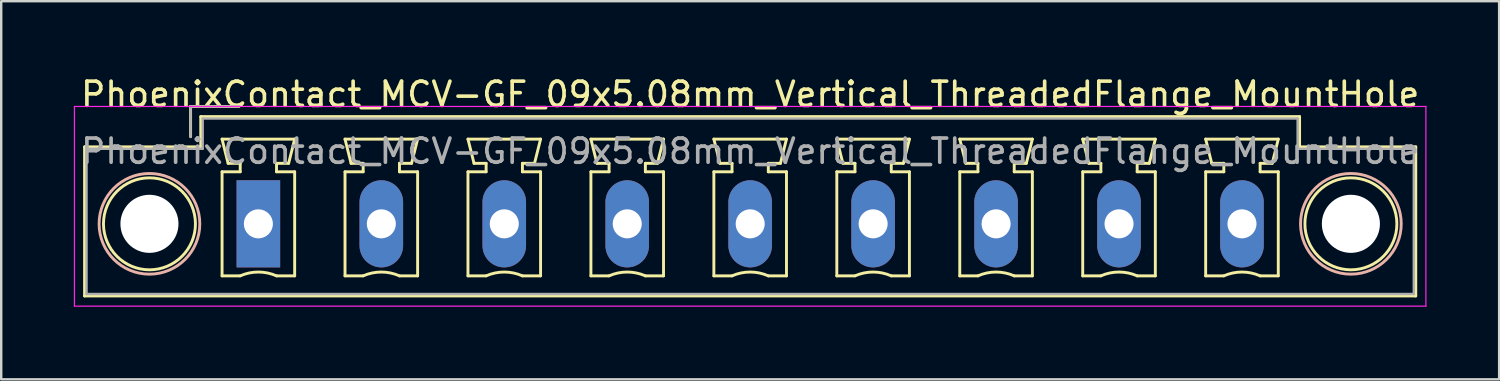
<source format=kicad_pcb>
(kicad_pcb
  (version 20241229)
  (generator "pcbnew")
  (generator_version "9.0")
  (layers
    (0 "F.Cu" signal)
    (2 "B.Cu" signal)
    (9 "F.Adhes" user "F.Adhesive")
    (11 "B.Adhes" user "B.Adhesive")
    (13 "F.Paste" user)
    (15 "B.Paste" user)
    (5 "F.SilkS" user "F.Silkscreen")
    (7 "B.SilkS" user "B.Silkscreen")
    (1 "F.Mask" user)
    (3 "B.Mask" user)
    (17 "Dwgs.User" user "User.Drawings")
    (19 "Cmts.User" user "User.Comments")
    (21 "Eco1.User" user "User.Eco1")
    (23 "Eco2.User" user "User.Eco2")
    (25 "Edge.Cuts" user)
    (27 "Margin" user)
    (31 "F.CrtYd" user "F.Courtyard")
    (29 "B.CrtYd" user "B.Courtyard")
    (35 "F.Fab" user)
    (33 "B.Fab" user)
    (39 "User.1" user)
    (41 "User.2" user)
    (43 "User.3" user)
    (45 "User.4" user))
  (footprint "PhoenixContact_MCV-GF_09x5.08mm_Vertical_ThreadedFlange_MountHole"
    (layer "F.Cu")
    (at 7.625 6.198)
    (property "Reference" "PhoenixContact_MCV-GF_09x5.08mm_Vertical_ThreadedFlange_MountHole" (at 20.32 -5.35 0) (layer "F.SilkS") (effects (font (size 1 1) (thickness 0.15))))
    (attr through_hole)
    (fp_line (start -7.18 -3.18) (end -7.18 2.98) (stroke (width 0.12) (type solid)) (layer "F.SilkS"))
    (fp_line (start -7.18 2.98) (end 47.82 2.98) (stroke (width 0.12) (type solid)) (layer "F.SilkS"))
    (fp_line (start -2.8 -4.85) (end -0.8 -4.85) (stroke (width 0.12) (type solid)) (layer "F.SilkS"))
    (fp_line (start -2.8 -3.6) (end -2.8 -4.85) (stroke (width 0.12) (type solid)) (layer "F.SilkS"))
    (fp_line (start -2.38 -4.43) (end -2.38 -3.18) (stroke (width 0.12) (type solid)) (layer "F.SilkS"))
    (fp_line (start -2.38 -3.18) (end -7.18 -3.18) (stroke (width 0.12) (type solid)) (layer "F.SilkS"))
    (fp_line (start -1.5 -3.5) (end 1.5 -3.5) (stroke (width 0.12) (type solid)) (layer "F.SilkS"))
    (fp_line (start -1.5 -2.15) (end -0.75 -2.15) (stroke (width 0.12) (type solid)) (layer "F.SilkS"))
    (fp_line (start -1.5 2.15) (end -1.5 -2.15) (stroke (width 0.12) (type solid)) (layer "F.SilkS"))
    (fp_line (start -1.25 -2.5) (end -1.5 -3.5) (stroke (width 0.12) (type solid)) (layer "F.SilkS"))
    (fp_line (start -0.75 -2.5) (end -1.25 -2.5) (stroke (width 0.12) (type solid)) (layer "F.SilkS"))
    (fp_line (start -0.75 -2.15) (end -0.75 -2.5) (stroke (width 0.12) (type solid)) (layer "F.SilkS"))
    (fp_line (start -0.75 2.15) (end -1.5 2.15) (stroke (width 0.12) (type solid)) (layer "F.SilkS"))
    (fp_line (start 0.75 -2.5) (end 0.75 -2.15) (stroke (width 0.12) (type solid)) (layer "F.SilkS"))
    (fp_line (start 0.75 -2.15) (end 1.5 -2.15) (stroke (width 0.12) (type solid)) (layer "F.SilkS"))
    (fp_line (start 1.25 -2.5) (end 0.75 -2.5) (stroke (width 0.12) (type solid)) (layer "F.SilkS"))
    (fp_line (start 1.5 -3.5) (end 1.25 -2.5) (stroke (width 0.12) (type solid)) (layer "F.SilkS"))
    (fp_line (start 1.5 -2.15) (end 1.5 2.15) (stroke (width 0.12) (type solid)) (layer "F.SilkS"))
    (fp_line (start 1.5 2.15) (end 0.75 2.15) (stroke (width 0.12) (type solid)) (layer "F.SilkS"))
    (fp_line (start 3.58 -3.5) (end 6.58 -3.5) (stroke (width 0.12) (type solid)) (layer "F.SilkS"))
    (fp_line (start 3.58 -2.15) (end 4.33 -2.15) (stroke (width 0.12) (type solid)) (layer "F.SilkS"))
    (fp_line (start 3.58 2.15) (end 3.58 -2.15) (stroke (width 0.12) (type solid)) (layer "F.SilkS"))
    (fp_line (start 3.83 -2.5) (end 3.58 -3.5) (stroke (width 0.12) (type solid)) (layer "F.SilkS"))
    (fp_line (start 4.33 -2.5) (end 3.83 -2.5) (stroke (width 0.12) (type solid)) (layer "F.SilkS"))
    (fp_line (start 4.33 -2.15) (end 4.33 -2.5) (stroke (width 0.12) (type solid)) (layer "F.SilkS"))
    (fp_line (start 4.33 2.15) (end 3.58 2.15) (stroke (width 0.12) (type solid)) (layer "F.SilkS"))
    (fp_line (start 5.83 -2.5) (end 5.83 -2.15) (stroke (width 0.12) (type solid)) (layer "F.SilkS"))
    (fp_line (start 5.83 -2.15) (end 6.58 -2.15) (stroke (width 0.12) (type solid)) (layer "F.SilkS"))
    (fp_line (start 6.33 -2.5) (end 5.83 -2.5) (stroke (width 0.12) (type solid)) (layer "F.SilkS"))
    (fp_line (start 6.58 -3.5) (end 6.33 -2.5) (stroke (width 0.12) (type solid)) (layer "F.SilkS"))
    (fp_line (start 6.58 -2.15) (end 6.58 2.15) (stroke (width 0.12) (type solid)) (layer "F.SilkS"))
    (fp_line (start 6.58 2.15) (end 5.83 2.15) (stroke (width 0.12) (type solid)) (layer "F.SilkS"))
    (fp_line (start 8.66 -3.5) (end 11.66 -3.5) (stroke (width 0.12) (type solid)) (layer "F.SilkS"))
    (fp_line (start 8.66 -2.15) (end 9.41 -2.15) (stroke (width 0.12) (type solid)) (layer "F.SilkS"))
    (fp_line (start 8.66 2.15) (end 8.66 -2.15) (stroke (width 0.12) (type solid)) (layer "F.SilkS"))
    (fp_line (start 8.91 -2.5) (end 8.66 -3.5) (stroke (width 0.12) (type solid)) (layer "F.SilkS"))
    (fp_line (start 9.41 -2.5) (end 8.91 -2.5) (stroke (width 0.12) (type solid)) (layer "F.SilkS"))
    (fp_line (start 9.41 -2.15) (end 9.41 -2.5) (stroke (width 0.12) (type solid)) (layer "F.SilkS"))
    (fp_line (start 9.41 2.15) (end 8.66 2.15) (stroke (width 0.12) (type solid)) (layer "F.SilkS"))
    (fp_line (start 10.91 -2.5) (end 10.91 -2.15) (stroke (width 0.12) (type solid)) (layer "F.SilkS"))
    (fp_line (start 10.91 -2.15) (end 11.66 -2.15) (stroke (width 0.12) (type solid)) (layer "F.SilkS"))
    (fp_line (start 11.41 -2.5) (end 10.91 -2.5) (stroke (width 0.12) (type solid)) (layer "F.SilkS"))
    (fp_line (start 11.66 -3.5) (end 11.41 -2.5) (stroke (width 0.12) (type solid)) (layer "F.SilkS"))
    (fp_line (start 11.66 -2.15) (end 11.66 2.15) (stroke (width 0.12) (type solid)) (layer "F.SilkS"))
    (fp_line (start 11.66 2.15) (end 10.91 2.15) (stroke (width 0.12) (type solid)) (layer "F.SilkS"))
    (fp_line (start 13.74 -3.5) (end 16.74 -3.5) (stroke (width 0.12) (type solid)) (layer "F.SilkS"))
    (fp_line (start 13.74 -2.15) (end 14.49 -2.15) (stroke (width 0.12) (type solid)) (layer "F.SilkS"))
    (fp_line (start 13.74 2.15) (end 13.74 -2.15) (stroke (width 0.12) (type solid)) (layer "F.SilkS"))
    (fp_line (start 13.99 -2.5) (end 13.74 -3.5) (stroke (width 0.12) (type solid)) (layer "F.SilkS"))
    (fp_line (start 14.49 -2.5) (end 13.99 -2.5) (stroke (width 0.12) (type solid)) (layer "F.SilkS"))
    (fp_line (start 14.49 -2.15) (end 14.49 -2.5) (stroke (width 0.12) (type solid)) (layer "F.SilkS"))
    (fp_line (start 14.49 2.15) (end 13.74 2.15) (stroke (width 0.12) (type solid)) (layer "F.SilkS"))
    (fp_line (start 15.99 -2.5) (end 15.99 -2.15) (stroke (width 0.12) (type solid)) (layer "F.SilkS"))
    (fp_line (start 15.99 -2.15) (end 16.74 -2.15) (stroke (width 0.12) (type solid)) (layer "F.SilkS"))
    (fp_line (start 16.49 -2.5) (end 15.99 -2.5) (stroke (width 0.12) (type solid)) (layer "F.SilkS"))
    (fp_line (start 16.74 -3.5) (end 16.49 -2.5) (stroke (width 0.12) (type solid)) (layer "F.SilkS"))
    (fp_line (start 16.74 -2.15) (end 16.74 2.15) (stroke (width 0.12) (type solid)) (layer "F.SilkS"))
    (fp_line (start 16.74 2.15) (end 15.99 2.15) (stroke (width 0.12) (type solid)) (layer "F.SilkS"))
    (fp_line (start 18.82 -3.5) (end 21.82 -3.5) (stroke (width 0.12) (type solid)) (layer "F.SilkS"))
    (fp_line (start 18.82 -2.15) (end 19.57 -2.15) (stroke (width 0.12) (type solid)) (layer "F.SilkS"))
    (fp_line (start 18.82 2.15) (end 18.82 -2.15) (stroke (width 0.12) (type solid)) (layer "F.SilkS"))
    (fp_line (start 19.07 -2.5) (end 18.82 -3.5) (stroke (width 0.12) (type solid)) (layer "F.SilkS"))
    (fp_line (start 19.57 -2.5) (end 19.07 -2.5) (stroke (width 0.12) (type solid)) (layer "F.SilkS"))
    (fp_line (start 19.57 -2.15) (end 19.57 -2.5) (stroke (width 0.12) (type solid)) (layer "F.SilkS"))
    (fp_line (start 19.57 2.15) (end 18.82 2.15) (stroke (width 0.12) (type solid)) (layer "F.SilkS"))
    (fp_line (start 21.07 -2.5) (end 21.07 -2.15) (stroke (width 0.12) (type solid)) (layer "F.SilkS"))
    (fp_line (start 21.07 -2.15) (end 21.82 -2.15) (stroke (width 0.12) (type solid)) (layer "F.SilkS"))
    (fp_line (start 21.57 -2.5) (end 21.07 -2.5) (stroke (width 0.12) (type solid)) (layer "F.SilkS"))
    (fp_line (start 21.82 -3.5) (end 21.57 -2.5) (stroke (width 0.12) (type solid)) (layer "F.SilkS"))
    (fp_line (start 21.82 -2.15) (end 21.82 2.15) (stroke (width 0.12) (type solid)) (layer "F.SilkS"))
    (fp_line (start 21.82 2.15) (end 21.07 2.15) (stroke (width 0.12) (type solid)) (layer "F.SilkS"))
    (fp_line (start 23.9 -3.5) (end 26.9 -3.5) (stroke (width 0.12) (type solid)) (layer "F.SilkS"))
    (fp_line (start 23.9 -2.15) (end 24.65 -2.15) (stroke (width 0.12) (type solid)) (layer "F.SilkS"))
    (fp_line (start 23.9 2.15) (end 23.9 -2.15) (stroke (width 0.12) (type solid)) (layer "F.SilkS"))
    (fp_line (start 24.15 -2.5) (end 23.9 -3.5) (stroke (width 0.12) (type solid)) (layer "F.SilkS"))
    (fp_line (start 24.65 -2.5) (end 24.15 -2.5) (stroke (width 0.12) (type solid)) (layer "F.SilkS"))
    (fp_line (start 24.65 -2.15) (end 24.65 -2.5) (stroke (width 0.12) (type solid)) (layer "F.SilkS"))
    (fp_line (start 24.65 2.15) (end 23.9 2.15) (stroke (width 0.12) (type solid)) (layer "F.SilkS"))
    (fp_line (start 26.15 -2.5) (end 26.15 -2.15) (stroke (width 0.12) (type solid)) (layer "F.SilkS"))
    (fp_line (start 26.15 -2.15) (end 26.9 -2.15) (stroke (width 0.12) (type solid)) (layer "F.SilkS"))
    (fp_line (start 26.65 -2.5) (end 26.15 -2.5) (stroke (width 0.12) (type solid)) (layer "F.SilkS"))
    (fp_line (start 26.9 -3.5) (end 26.65 -2.5) (stroke (width 0.12) (type solid)) (layer "F.SilkS"))
    (fp_line (start 26.9 -2.15) (end 26.9 2.15) (stroke (width 0.12) (type solid)) (layer "F.SilkS"))
    (fp_line (start 26.9 2.15) (end 26.15 2.15) (stroke (width 0.12) (type solid)) (layer "F.SilkS"))
    (fp_line (start 28.98 -3.5) (end 31.98 -3.5) (stroke (width 0.12) (type solid)) (layer "F.SilkS"))
    (fp_line (start 28.98 -2.15) (end 29.73 -2.15) (stroke (width 0.12) (type solid)) (layer "F.SilkS"))
    (fp_line (start 28.98 2.15) (end 28.98 -2.15) (stroke (width 0.12) (type solid)) (layer "F.SilkS"))
    (fp_line (start 29.23 -2.5) (end 28.98 -3.5) (stroke (width 0.12) (type solid)) (layer "F.SilkS"))
    (fp_line (start 29.73 -2.5) (end 29.23 -2.5) (stroke (width 0.12) (type solid)) (layer "F.SilkS"))
    (fp_line (start 29.73 -2.15) (end 29.73 -2.5) (stroke (width 0.12) (type solid)) (layer "F.SilkS"))
    (fp_line (start 29.73 2.15) (end 28.98 2.15) (stroke (width 0.12) (type solid)) (layer "F.SilkS"))
    (fp_line (start 31.23 -2.5) (end 31.23 -2.15) (stroke (width 0.12) (type solid)) (layer "F.SilkS"))
    (fp_line (start 31.23 -2.15) (end 31.98 -2.15) (stroke (width 0.12) (type solid)) (layer "F.SilkS"))
    (fp_line (start 31.73 -2.5) (end 31.23 -2.5) (stroke (width 0.12) (type solid)) (layer "F.SilkS"))
    (fp_line (start 31.98 -3.5) (end 31.73 -2.5) (stroke (width 0.12) (type solid)) (layer "F.SilkS"))
    (fp_line (start 31.98 -2.15) (end 31.98 2.15) (stroke (width 0.12) (type solid)) (layer "F.SilkS"))
    (fp_line (start 31.98 2.15) (end 31.23 2.15) (stroke (width 0.12) (type solid)) (layer "F.SilkS"))
    (fp_line (start 34.06 -3.5) (end 37.06 -3.5) (stroke (width 0.12) (type solid)) (layer "F.SilkS"))
    (fp_line (start 34.06 -2.15) (end 34.81 -2.15) (stroke (width 0.12) (type solid)) (layer "F.SilkS"))
    (fp_line (start 34.06 2.15) (end 34.06 -2.15) (stroke (width 0.12) (type solid)) (layer "F.SilkS"))
    (fp_line (start 34.31 -2.5) (end 34.06 -3.5) (stroke (width 0.12) (type solid)) (layer "F.SilkS"))
    (fp_line (start 34.81 -2.5) (end 34.31 -2.5) (stroke (width 0.12) (type solid)) (layer "F.SilkS"))
    (fp_line (start 34.81 -2.15) (end 34.81 -2.5) (stroke (width 0.12) (type solid)) (layer "F.SilkS"))
    (fp_line (start 34.81 2.15) (end 34.06 2.15) (stroke (width 0.12) (type solid)) (layer "F.SilkS"))
    (fp_line (start 36.31 -2.5) (end 36.31 -2.15) (stroke (width 0.12) (type solid)) (layer "F.SilkS"))
    (fp_line (start 36.31 -2.15) (end 37.06 -2.15) (stroke (width 0.12) (type solid)) (layer "F.SilkS"))
    (fp_line (start 36.81 -2.5) (end 36.31 -2.5) (stroke (width 0.12) (type solid)) (layer "F.SilkS"))
    (fp_line (start 37.06 -3.5) (end 36.81 -2.5) (stroke (width 0.12) (type solid)) (layer "F.SilkS"))
    (fp_line (start 37.06 -2.15) (end 37.06 2.15) (stroke (width 0.12) (type solid)) (layer "F.SilkS"))
    (fp_line (start 37.06 2.15) (end 36.31 2.15) (stroke (width 0.12) (type solid)) (layer "F.SilkS"))
    (fp_line (start 39.14 -3.5) (end 42.14 -3.5) (stroke (width 0.12) (type solid)) (layer "F.SilkS"))
    (fp_line (start 39.14 -2.15) (end 39.89 -2.15) (stroke (width 0.12) (type solid)) (layer "F.SilkS"))
    (fp_line (start 39.14 2.15) (end 39.14 -2.15) (stroke (width 0.12) (type solid)) (layer "F.SilkS"))
    (fp_line (start 39.39 -2.5) (end 39.14 -3.5) (stroke (width 0.12) (type solid)) (layer "F.SilkS"))
    (fp_line (start 39.89 -2.5) (end 39.39 -2.5) (stroke (width 0.12) (type solid)) (layer "F.SilkS"))
    (fp_line (start 39.89 -2.15) (end 39.89 -2.5) (stroke (width 0.12) (type solid)) (layer "F.SilkS"))
    (fp_line (start 39.89 2.15) (end 39.14 2.15) (stroke (width 0.12) (type solid)) (layer "F.SilkS"))
    (fp_line (start 41.39 -2.5) (end 41.39 -2.15) (stroke (width 0.12) (type solid)) (layer "F.SilkS"))
    (fp_line (start 41.39 -2.15) (end 42.14 -2.15) (stroke (width 0.12) (type solid)) (layer "F.SilkS"))
    (fp_line (start 41.89 -2.5) (end 41.39 -2.5) (stroke (width 0.12) (type solid)) (layer "F.SilkS"))
    (fp_line (start 42.14 -3.5) (end 41.89 -2.5) (stroke (width 0.12) (type solid)) (layer "F.SilkS"))
    (fp_line (start 42.14 -2.15) (end 42.14 2.15) (stroke (width 0.12) (type solid)) (layer "F.SilkS"))
    (fp_line (start 42.14 2.15) (end 41.39 2.15) (stroke (width 0.12) (type solid)) (layer "F.SilkS"))
    (fp_line (start 43.02 -4.43) (end -2.38 -4.43) (stroke (width 0.12) (type solid)) (layer "F.SilkS"))
    (fp_line (start 43.02 -3.18) (end 43.02 -4.43) (stroke (width 0.12) (type solid)) (layer "F.SilkS"))
    (fp_line (start 47.82 -3.18) (end 43.02 -3.18) (stroke (width 0.12) (type solid)) (layer "F.SilkS"))
    (fp_line (start 47.82 2.98) (end 47.82 -3.18) (stroke (width 0.12) (type solid)) (layer "F.SilkS"))
    (fp_arc (start -0.75 2.15) (mid -0.000193 1.99191) (end 0.749647 2.149844) (stroke (width 0.12) (type solid)) (layer "F.SilkS"))
    (fp_arc (start 4.33 2.15) (mid 5.079807 1.99191) (end 5.829647 2.149844) (stroke (width 0.12) (type solid)) (layer "F.SilkS"))
    (fp_arc (start 9.41 2.15) (mid 10.159807 1.99191) (end 10.909647 2.149844) (stroke (width 0.12) (type solid)) (layer "F.SilkS"))
    (fp_arc (start 14.49 2.15) (mid 15.239807 1.99191) (end 15.989647 2.149844) (stroke (width 0.12) (type solid)) (layer "F.SilkS"))
    (fp_arc (start 19.57 2.15) (mid 20.319807 1.99191) (end 21.069647 2.149844) (stroke (width 0.12) (type solid)) (layer "F.SilkS"))
    (fp_arc (start 24.65 2.15) (mid 25.399807 1.99191) (end 26.149647 2.149844) (stroke (width 0.12) (type solid)) (layer "F.SilkS"))
    (fp_arc (start 29.73 2.15) (mid 30.479807 1.99191) (end 31.229647 2.149844) (stroke (width 0.12) (type solid)) (layer "F.SilkS"))
    (fp_arc (start 34.81 2.15) (mid 35.559807 1.99191) (end 36.309647 2.149844) (stroke (width 0.12) (type solid)) (layer "F.SilkS"))
    (fp_arc (start 39.89 2.15) (mid 40.639807 1.99191) (end 41.389647 2.149844) (stroke (width 0.12) (type solid)) (layer "F.SilkS"))
    (fp_circle (center -4.5 0) (end -2.6 0) (stroke (width 0.12) (type solid)) (fill no) (layer "F.SilkS"))
    (fp_circle (center 45.14 0) (end 47.04 0) (stroke (width 0.12) (type solid)) (fill no) (layer "F.SilkS"))
    (fp_circle (center -4.5 0) (end -2.42 0) (stroke (width 0.12) (type solid)) (fill no) (layer "B.SilkS"))
    (fp_circle (center 45.14 0) (end 47.22 0) (stroke (width 0.12) (type solid)) (fill no) (layer "B.SilkS"))
    (fp_line (start -7.6 -4.85) (end -7.6 3.4) (stroke (width 0.05) (type solid)) (layer "F.CrtYd"))
    (fp_line (start -7.6 3.4) (end 48.24 3.4) (stroke (width 0.05) (type solid)) (layer "F.CrtYd"))
    (fp_line (start 48.24 -4.85) (end -7.6 -4.85) (stroke (width 0.05) (type solid)) (layer "F.CrtYd"))
    (fp_line (start 48.24 3.4) (end 48.24 -4.85) (stroke (width 0.05) (type solid)) (layer "F.CrtYd"))
    (fp_line (start -7.1 -3.1) (end -7.1 2.9) (stroke (width 0.1) (type solid)) (layer "F.Fab"))
    (fp_line (start -7.1 2.9) (end 47.74 2.9) (stroke (width 0.1) (type solid)) (layer "F.Fab"))
    (fp_line (start -2.8 -4.85) (end -0.8 -4.85) (stroke (width 0.1) (type solid)) (layer "F.Fab"))
    (fp_line (start -2.8 -3.6) (end -2.8 -4.85) (stroke (width 0.1) (type solid)) (layer "F.Fab"))
    (fp_line (start -2.3 -4.35) (end -2.3 -3.1) (stroke (width 0.1) (type solid)) (layer "F.Fab"))
    (fp_line (start -2.3 -3.1) (end -7.1 -3.1) (stroke (width 0.1) (type solid)) (layer "F.Fab"))
    (fp_line (start 42.94 -4.35) (end -2.3 -4.35) (stroke (width 0.1) (type solid)) (layer "F.Fab"))
    (fp_line (start 42.94 -3.1) (end 42.94 -4.35) (stroke (width 0.1) (type solid)) (layer "F.Fab"))
    (fp_line (start 47.74 -3.1) (end 42.94 -3.1) (stroke (width 0.1) (type solid)) (layer "F.Fab"))
    (fp_line (start 47.74 2.9) (end 47.74 -3.1) (stroke (width 0.1) (type solid)) (layer "F.Fab"))
    (fp_text user "${REFERENCE}" (at 20.32 -3 0) (layer "F.Fab") (effects (font (size 1 1) (thickness 0.15))))
    (pad "" np_thru_hole circle (at -4.5 0) (size 2.4 2.4) (drill 2.4) (layers "*.Cu" "*.Mask"))
    (pad "" np_thru_hole circle (at 45.14 0) (size 2.4 2.4) (drill 2.4) (layers "*.Cu" "*.Mask"))
    (pad "1" thru_hole rect (at 0 0) (size 1.8 3.6) (drill 1.2) (layers "*.Cu" "*.Mask"))
    (pad "2" thru_hole oval (at 5.08 0) (size 1.8 3.6) (drill 1.2) (layers "*.Cu" "*.Mask"))
    (pad "3" thru_hole oval (at 10.16 0) (size 1.8 3.6) (drill 1.2) (layers "*.Cu" "*.Mask"))
    (pad "4" thru_hole oval (at 15.24 0) (size 1.8 3.6) (drill 1.2) (layers "*.Cu" "*.Mask"))
    (pad "5" thru_hole oval (at 20.32 0) (size 1.8 3.6) (drill 1.2) (layers "*.Cu" "*.Mask"))
    (pad "6" thru_hole oval (at 25.4 0) (size 1.8 3.6) (drill 1.2) (layers "*.Cu" "*.Mask"))
    (pad "7" thru_hole oval (at 30.48 0) (size 1.8 3.6) (drill 1.2) (layers "*.Cu" "*.Mask"))
    (pad "8" thru_hole oval (at 35.56 0) (size 1.8 3.6) (drill 1.2) (layers "*.Cu" "*.Mask"))
    (pad "9" thru_hole oval (at 40.64 0) (size 1.8 3.6) (drill 1.2) (layers "*.Cu" "*.Mask")))
  (gr_rect
    (start -3 -3)
    (end 58.89 12.623)
    (stroke (width 0.1) (type default))
    (fill no)
    (layer "Edge.Cuts")))
</source>
